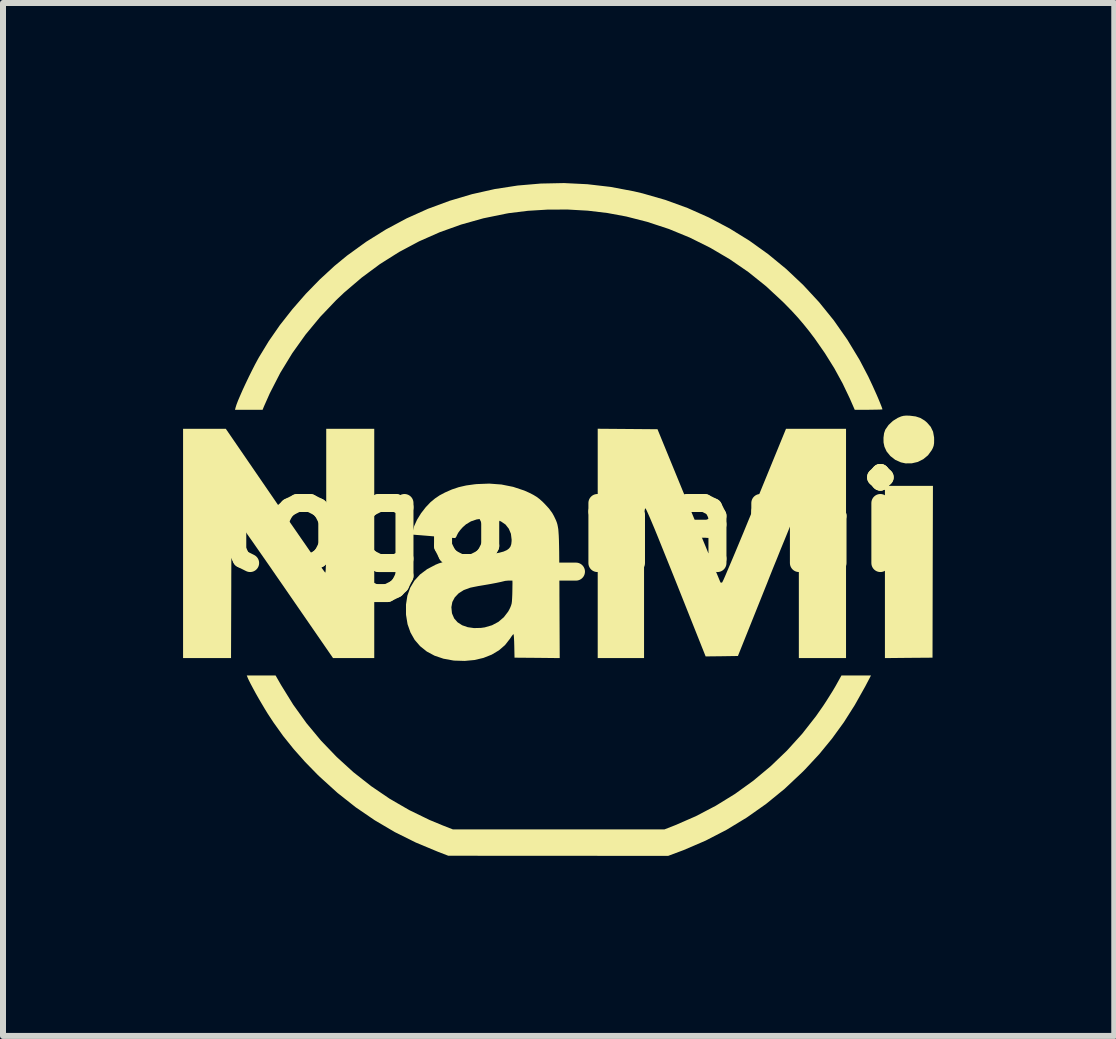
<source format=kicad_pcb>
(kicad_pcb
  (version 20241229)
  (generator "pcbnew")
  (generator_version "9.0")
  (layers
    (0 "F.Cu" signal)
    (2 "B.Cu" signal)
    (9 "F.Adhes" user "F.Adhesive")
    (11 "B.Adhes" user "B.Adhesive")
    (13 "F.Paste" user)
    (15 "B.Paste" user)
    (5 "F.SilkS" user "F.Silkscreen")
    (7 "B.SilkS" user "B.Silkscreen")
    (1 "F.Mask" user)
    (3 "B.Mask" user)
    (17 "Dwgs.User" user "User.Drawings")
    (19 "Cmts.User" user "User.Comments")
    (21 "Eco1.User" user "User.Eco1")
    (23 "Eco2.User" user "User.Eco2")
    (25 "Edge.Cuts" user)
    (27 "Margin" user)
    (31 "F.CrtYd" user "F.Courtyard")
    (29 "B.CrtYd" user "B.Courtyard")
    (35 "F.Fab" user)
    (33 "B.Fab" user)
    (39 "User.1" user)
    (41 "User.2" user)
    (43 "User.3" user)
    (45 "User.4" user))
  (footprint "logo_nami"
    (layer "F.Cu")
    (at 6.26 5.652)
    (property "Reference" "logo_nami" (at 0 0 0) (layer "F.SilkS") (effects (font (size 1.5 1.5) (thickness 0.3))))
    (attr board_only exclude_from_pos_files exclude_from_bom)
    (fp_poly (pts (xy 6.229 0.824) (xy 6.226 2.255) (xy 5.829 2.258) (xy 5.433 2.262) (xy 5.433 0.828) (xy 5.433 -0.607) (xy 5.833 -0.607) (xy 6.233 -0.607)) (stroke (width 0) (type solid)) (fill yes) (layer "F.SilkS"))
    (fp_poly (pts (xy 5.841 -1.777) (xy 5.852 -1.776) (xy 5.946 -1.764) (xy 6.023 -1.739) (xy 6.094 -1.696) (xy 6.134 -1.662) (xy 6.196 -1.591) (xy 6.235 -1.51) (xy 6.252 -1.415) (xy 6.253 -1.379) (xy 6.252 -1.319) (xy 6.245 -1.275) (xy 6.23 -1.235) (xy 6.212 -1.201) (xy 6.151 -1.117) (xy 6.072 -1.052) (xy 5.981 -1.006) (xy 5.881 -0.983) (xy 5.777 -0.982) (xy 5.699 -0.999) (xy 5.605 -1.041) (xy 5.524 -1.104) (xy 5.461 -1.181) (xy 5.425 -1.259) (xy 5.41 -1.33) (xy 5.409 -1.409) (xy 5.419 -1.485) (xy 5.439 -1.543) (xy 5.493 -1.621) (xy 5.565 -1.689) (xy 5.648 -1.741) (xy 5.656 -1.744) (xy 5.703 -1.764) (xy 5.742 -1.774) (xy 5.784 -1.778)) (stroke (width 0) (type solid)) (fill yes) (layer "F.SilkS"))
    (fp_poly (pts (xy -4.728 -0.363) (xy -4.617 -0.2) (xy -4.509 -0.043) (xy -4.406 0.105) (xy -4.31 0.244) (xy -4.221 0.372) (xy -4.141 0.488) (xy -4.07 0.59) (xy -4.009 0.676) (xy -3.96 0.746) (xy -3.923 0.797) (xy -3.9 0.828) (xy -3.892 0.838) (xy -3.889 0.834) (xy -3.886 0.818) (xy -3.884 0.789) (xy -3.882 0.746) (xy -3.88 0.687) (xy -3.878 0.611) (xy -3.877 0.517) (xy -3.876 0.402) (xy -3.876 0.266) (xy -3.875 0.107) (xy -3.875 -0.076) (xy -3.875 -0.285) (xy -3.875 -0.357) (xy -3.875 -1.558) (xy -3.475 -1.558) (xy -3.075 -1.558) (xy -3.075 0.352) (xy -3.075 2.261) (xy -3.418 2.261) (xy -3.762 2.261) (xy -4.594 1.055) (xy -4.707 0.892) (xy -4.815 0.735) (xy -4.919 0.586) (xy -5.016 0.447) (xy -5.105 0.319) (xy -5.187 0.203) (xy -5.258 0.101) (xy -5.32 0.015) (xy -5.37 -0.055) (xy -5.407 -0.106) (xy -5.431 -0.137) (xy -5.44 -0.147) (xy -5.443 -0.132) (xy -5.445 -0.09) (xy -5.448 -0.022) (xy -5.45 0.074) (xy -5.452 0.196) (xy -5.453 0.343) (xy -5.455 0.517) (xy -5.456 0.715) (xy -5.457 0.939) (xy -5.457 1.059) (xy -5.461 2.261) (xy -5.861 2.261) (xy -6.26 2.261) (xy -6.26 0.352) (xy -6.26 -1.558) (xy -5.904 -1.558) (xy -5.548 -1.558)) (stroke (width 0) (type solid)) (fill yes) (layer "F.SilkS"))
    (fp_poly (pts (xy -4.626 2.713) (xy -4.425 3.038) (xy -4.203 3.347) (xy -3.961 3.638) (xy -3.7 3.91) (xy -3.422 4.163) (xy -3.127 4.395) (xy -2.817 4.606) (xy -2.492 4.794) (xy -2.155 4.958) (xy -1.941 5.047) (xy -1.765 5.116) (xy -0.002 5.116) (xy 1.76 5.116) (xy 1.939 5.046) (xy 2.283 4.896) (xy 2.615 4.722) (xy 2.935 4.525) (xy 3.24 4.305) (xy 3.529 4.064) (xy 3.8 3.804) (xy 4.053 3.525) (xy 4.285 3.229) (xy 4.407 3.054) (xy 4.46 2.973) (xy 4.514 2.887) (xy 4.566 2.804) (xy 4.609 2.731) (xy 4.627 2.699) (xy 4.709 2.551) (xy 4.955 2.551) (xy 5.201 2.551) (xy 5.104 2.736) (xy 4.931 3.044) (xy 4.749 3.331) (xy 4.553 3.601) (xy 4.34 3.861) (xy 4.104 4.115) (xy 4.054 4.165) (xy 3.762 4.44) (xy 3.454 4.691) (xy 3.132 4.918) (xy 2.796 5.122) (xy 2.446 5.303) (xy 2.081 5.46) (xy 2.009 5.487) (xy 1.822 5.557) (xy -0.009 5.556) (xy -1.841 5.555) (xy -2.013 5.489) (xy -2.382 5.335) (xy -2.732 5.161) (xy -3.065 4.965) (xy -3.383 4.748) (xy -3.687 4.508) (xy -3.979 4.243) (xy -4.015 4.209) (xy -4.227 3.992) (xy -4.418 3.777) (xy -4.593 3.559) (xy -4.755 3.332) (xy -4.849 3.189) (xy -4.895 3.114) (xy -4.946 3.028) (xy -4.999 2.938) (xy -5.05 2.848) (xy -5.096 2.763) (xy -5.136 2.688) (xy -5.166 2.628) (xy -5.179 2.6) (xy -5.199 2.551) (xy -4.959 2.551) (xy -4.719 2.551)) (stroke (width 0) (type solid)) (fill yes) (layer "F.SilkS"))
    (fp_poly (pts (xy 1.146 -1.555) (xy 1.644 -1.551) (xy 2.166 -0.278) (xy 2.239 -0.1) (xy 2.309 0.071) (xy 2.375 0.233) (xy 2.438 0.384) (xy 2.495 0.523) (xy 2.546 0.648) (xy 2.591 0.756) (xy 2.629 0.847) (xy 2.659 0.919) (xy 2.68 0.97) (xy 2.692 0.998) (xy 2.694 1.003) (xy 2.712 1.005) (xy 2.72 1.003) (xy 2.728 0.989) (xy 2.746 0.952) (xy 2.772 0.893) (xy 2.806 0.813) (xy 2.848 0.714) (xy 2.897 0.599) (xy 2.952 0.468) (xy 3.012 0.324) (xy 3.077 0.168) (xy 3.145 0.002) (xy 3.217 -0.172) (xy 3.262 -0.281) (xy 3.785 -1.558) (xy 4.285 -1.558) (xy 4.785 -1.558) (xy 4.785 0.352) (xy 4.785 2.261) (xy 4.392 2.261) (xy 3.999 2.261) (xy 3.999 1.012) (xy 3.999 0.79) (xy 3.999 0.594) (xy 3.998 0.422) (xy 3.998 0.274) (xy 3.997 0.148) (xy 3.996 0.043) (xy 3.994 -0.043) (xy 3.993 -0.111) (xy 3.991 -0.162) (xy 3.989 -0.198) (xy 3.986 -0.221) (xy 3.983 -0.23) (xy 3.982 -0.231) (xy 3.975 -0.218) (xy 3.958 -0.181) (xy 3.932 -0.121) (xy 3.898 -0.042) (xy 3.857 0.057) (xy 3.81 0.172) (xy 3.757 0.302) (xy 3.698 0.445) (xy 3.636 0.6) (xy 3.569 0.764) (xy 3.5 0.937) (xy 3.475 1.001) (xy 2.984 2.227) (xy 2.715 2.231) (xy 2.446 2.234) (xy 1.956 1.003) (xy 1.865 0.776) (xy 1.783 0.573) (xy 1.711 0.394) (xy 1.649 0.24) (xy 1.595 0.108) (xy 1.549 -0.001) (xy 1.512 -0.088) (xy 1.483 -0.154) (xy 1.462 -0.2) (xy 1.449 -0.225) (xy 1.443 -0.232) (xy 1.439 -0.231) (xy 1.436 -0.226) (xy 1.433 -0.215) (xy 1.43 -0.196) (xy 1.428 -0.167) (xy 1.426 -0.128) (xy 1.425 -0.076) (xy 1.423 -0.01) (xy 1.422 0.073) (xy 1.422 0.172) (xy 1.421 0.291) (xy 1.421 0.431) (xy 1.42 0.593) (xy 1.42 0.78) (xy 1.42 0.992) (xy 1.42 1.013) (xy 1.42 2.261) (xy 1.034 2.261) (xy 0.648 2.261) (xy 0.648 0.351) (xy 0.648 -1.559)) (stroke (width 0) (type solid)) (fill yes) (layer "F.SilkS"))
    (fp_poly (pts (xy 0.475 -5.633) (xy 0.863 -5.588) (xy 1.249 -5.515) (xy 1.397 -5.48) (xy 1.776 -5.371) (xy 2.144 -5.237) (xy 2.501 -5.078) (xy 2.845 -4.896) (xy 3.175 -4.692) (xy 3.49 -4.466) (xy 3.789 -4.22) (xy 4.072 -3.953) (xy 4.336 -3.668) (xy 4.581 -3.365) (xy 4.806 -3.044) (xy 5.01 -2.707) (xy 5.155 -2.43) (xy 5.188 -2.36) (xy 5.224 -2.283) (xy 5.261 -2.201) (xy 5.297 -2.121) (xy 5.329 -2.046) (xy 5.356 -1.98) (xy 5.377 -1.927) (xy 5.389 -1.893) (xy 5.392 -1.882) (xy 5.379 -1.88) (xy 5.342 -1.878) (xy 5.288 -1.877) (xy 5.219 -1.876) (xy 5.161 -1.875) (xy 4.93 -1.875) (xy 4.847 -2.065) (xy 4.728 -2.314) (xy 4.589 -2.568) (xy 4.433 -2.818) (xy 4.266 -3.058) (xy 4.264 -3.061) (xy 4.167 -3.189) (xy 4.075 -3.303) (xy 3.983 -3.411) (xy 3.883 -3.52) (xy 3.77 -3.636) (xy 3.731 -3.675) (xy 3.453 -3.933) (xy 3.159 -4.169) (xy 2.848 -4.383) (xy 2.523 -4.574) (xy 2.184 -4.743) (xy 1.834 -4.887) (xy 1.472 -5.006) (xy 1.124 -5.095) (xy 0.811 -5.153) (xy 0.484 -5.192) (xy 0.15 -5.211) (xy -0.185 -5.21) (xy -0.514 -5.19) (xy -0.832 -5.151) (xy -0.876 -5.143) (xy -1.257 -5.065) (xy -1.627 -4.961) (xy -1.984 -4.833) (xy -2.328 -4.681) (xy -2.66 -4.504) (xy -2.979 -4.303) (xy -3.284 -4.077) (xy -3.576 -3.828) (xy -3.708 -3.703) (xy -3.975 -3.423) (xy -4.22 -3.127) (xy -4.441 -2.817) (xy -4.64 -2.491) (xy -4.814 -2.152) (xy -4.914 -1.927) (xy -4.935 -1.875) (xy -5.165 -1.875) (xy -5.395 -1.875) (xy -5.385 -1.913) (xy -5.37 -1.961) (xy -5.344 -2.029) (xy -5.308 -2.113) (xy -5.266 -2.209) (xy -5.218 -2.312) (xy -5.167 -2.419) (xy -5.114 -2.526) (xy -5.062 -2.628) (xy -5.012 -2.721) (xy -4.995 -2.751) (xy -4.832 -3.019) (xy -4.646 -3.287) (xy -4.439 -3.55) (xy -4.217 -3.805) (xy -3.982 -4.046) (xy -3.738 -4.271) (xy -3.53 -4.442) (xy -3.211 -4.673) (xy -2.879 -4.88) (xy -2.535 -5.064) (xy -2.181 -5.223) (xy -1.818 -5.357) (xy -1.447 -5.467) (xy -1.069 -5.552) (xy -0.687 -5.611) (xy -0.301 -5.644) (xy 0.087 -5.652)) (stroke (width 0) (type solid)) (fill yes) (layer "F.SilkS"))
    (fp_poly (pts (xy -0.956 -0.63) (xy -0.761 -0.591) (xy -0.577 -0.53) (xy -0.496 -0.494) (xy -0.425 -0.458) (xy -0.369 -0.424) (xy -0.32 -0.387) (xy -0.267 -0.339) (xy -0.24 -0.312) (xy -0.165 -0.231) (xy -0.111 -0.158) (xy -0.084 -0.11) (xy -0.068 -0.077) (xy -0.054 -0.048) (xy -0.042 -0.02) (xy -0.032 0.007) (xy -0.023 0.038) (xy -0.016 0.073) (xy -0.009 0.114) (xy -0.005 0.164) (xy -0.001 0.224) (xy 0.002 0.297) (xy 0.004 0.384) (xy 0.006 0.489) (xy 0.007 0.611) (xy 0.008 0.755) (xy 0.009 0.921) (xy 0.01 1.112) (xy 0.01 1.196) (xy 0.015 2.262) (xy -0.361 2.258) (xy -0.738 2.255) (xy -0.742 2.058) (xy -0.744 1.988) (xy -0.747 1.929) (xy -0.75 1.886) (xy -0.754 1.864) (xy -0.755 1.862) (xy -0.767 1.873) (xy -0.789 1.902) (xy -0.814 1.94) (xy -0.896 2.045) (xy -0.998 2.133) (xy -1.119 2.205) (xy -1.256 2.259) (xy -1.406 2.294) (xy -1.567 2.309) (xy -1.736 2.304) (xy -1.758 2.302) (xy -1.922 2.272) (xy -2.07 2.222) (xy -2.199 2.153) (xy -2.31 2.064) (xy -2.401 1.959) (xy -2.471 1.836) (xy -2.52 1.698) (xy -2.545 1.545) (xy -2.546 1.531) (xy -2.546 1.414) (xy -1.79 1.414) (xy -1.781 1.508) (xy -1.777 1.524) (xy -1.743 1.602) (xy -1.686 1.666) (xy -1.61 1.715) (xy -1.518 1.747) (xy -1.413 1.762) (xy -1.296 1.759) (xy -1.233 1.75) (xy -1.113 1.715) (xy -1.006 1.658) (xy -0.916 1.581) (xy -0.844 1.487) (xy -0.824 1.451) (xy -0.807 1.415) (xy -0.795 1.384) (xy -0.786 1.353) (xy -0.781 1.315) (xy -0.778 1.265) (xy -0.775 1.197) (xy -0.774 1.148) (xy -0.773 1.076) (xy -0.772 1.014) (xy -0.773 0.968) (xy -0.774 0.942) (xy -0.775 0.938) (xy -0.789 0.942) (xy -0.823 0.953) (xy -0.862 0.966) (xy -0.903 0.978) (xy -0.965 0.993) (xy -1.041 1.009) (xy -1.125 1.025) (xy -1.181 1.035) (xy -1.263 1.049) (xy -1.341 1.062) (xy -1.407 1.075) (xy -1.456 1.085) (xy -1.478 1.09) (xy -1.584 1.129) (xy -1.669 1.183) (xy -1.733 1.25) (xy -1.774 1.327) (xy -1.79 1.414) (xy -2.546 1.414) (xy -2.546 1.369) (xy -2.523 1.222) (xy -2.476 1.09) (xy -2.406 0.972) (xy -2.312 0.869) (xy -2.195 0.781) (xy -2.055 0.707) (xy -1.999 0.684) (xy -1.921 0.659) (xy -1.827 0.635) (xy -1.716 0.612) (xy -1.584 0.591) (xy -1.429 0.57) (xy -1.334 0.558) (xy -1.195 0.541) (xy -1.082 0.524) (xy -0.991 0.506) (xy -0.92 0.487) (xy -0.868 0.464) (xy -0.831 0.437) (xy -0.806 0.404) (xy -0.792 0.364) (xy -0.787 0.317) (xy -0.786 0.29) (xy -0.798 0.191) (xy -0.833 0.107) (xy -0.888 0.037) (xy -0.964 -0.015) (xy -1.056 -0.05) (xy -1.166 -0.066) (xy -1.256 -0.064) (xy -1.369 -0.048) (xy -1.464 -0.016) (xy -1.547 0.034) (xy -1.601 0.082) (xy -1.642 0.128) (xy -1.676 0.174) (xy -1.695 0.21) (xy -1.695 0.21) (xy -1.71 0.243) (xy -1.725 0.261) (xy -1.728 0.262) (xy -1.746 0.261) (xy -1.787 0.258) (xy -1.848 0.253) (xy -1.924 0.247) (xy -2.011 0.239) (xy -2.068 0.235) (xy -2.161 0.227) (xy -2.246 0.22) (xy -2.318 0.214) (xy -2.374 0.21) (xy -2.409 0.207) (xy -2.418 0.207) (xy -2.436 0.202) (xy -2.44 0.183) (xy -2.437 0.162) (xy -2.41 0.063) (xy -2.362 -0.043) (xy -2.296 -0.15) (xy -2.217 -0.252) (xy -2.137 -0.336) (xy -2.062 -0.398) (xy -1.985 -0.45) (xy -1.896 -0.497) (xy -1.78 -0.548) (xy -1.666 -0.586) (xy -1.544 -0.614) (xy -1.407 -0.633) (xy -1.368 -0.637) (xy -1.159 -0.645)) (stroke (width 0) (type solid)) (fill yes) (layer "F.SilkS")))
  (gr_rect
    (start -3 -3)
    (end 15.514 14.209)
    (stroke (width 0.1) (type default))
    (fill no)
    (layer "Edge.Cuts")))
</source>
